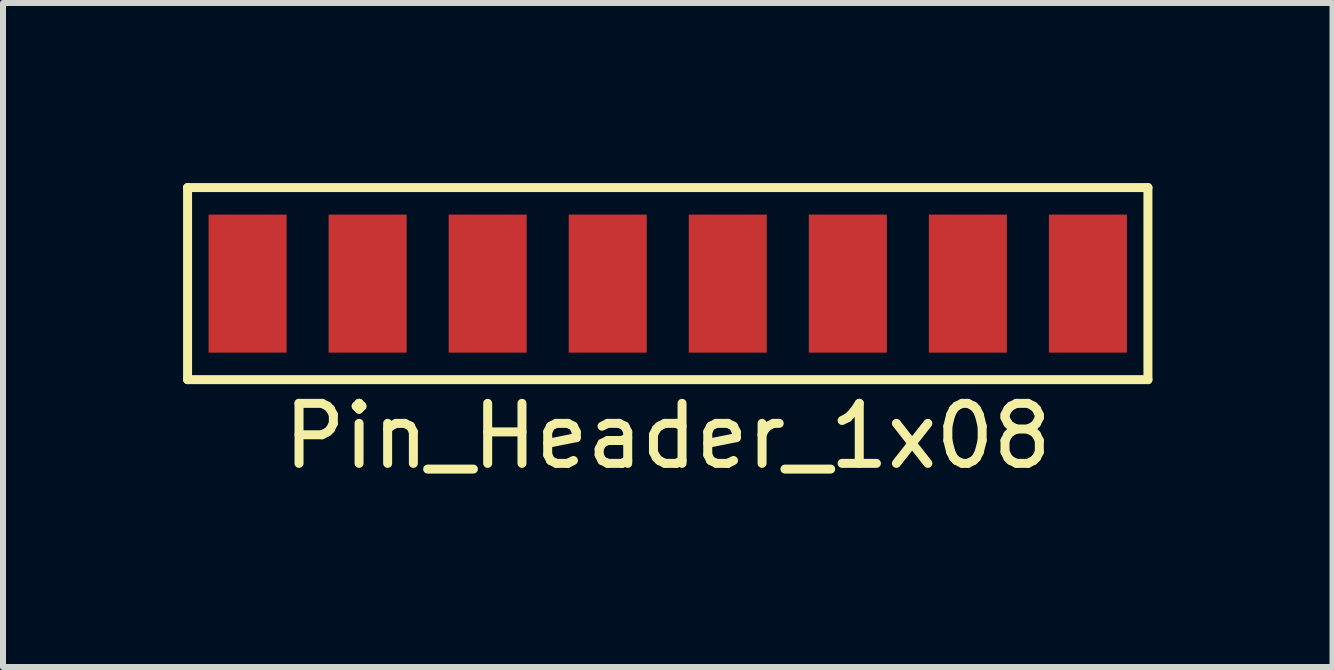
<source format=kicad_pcb>
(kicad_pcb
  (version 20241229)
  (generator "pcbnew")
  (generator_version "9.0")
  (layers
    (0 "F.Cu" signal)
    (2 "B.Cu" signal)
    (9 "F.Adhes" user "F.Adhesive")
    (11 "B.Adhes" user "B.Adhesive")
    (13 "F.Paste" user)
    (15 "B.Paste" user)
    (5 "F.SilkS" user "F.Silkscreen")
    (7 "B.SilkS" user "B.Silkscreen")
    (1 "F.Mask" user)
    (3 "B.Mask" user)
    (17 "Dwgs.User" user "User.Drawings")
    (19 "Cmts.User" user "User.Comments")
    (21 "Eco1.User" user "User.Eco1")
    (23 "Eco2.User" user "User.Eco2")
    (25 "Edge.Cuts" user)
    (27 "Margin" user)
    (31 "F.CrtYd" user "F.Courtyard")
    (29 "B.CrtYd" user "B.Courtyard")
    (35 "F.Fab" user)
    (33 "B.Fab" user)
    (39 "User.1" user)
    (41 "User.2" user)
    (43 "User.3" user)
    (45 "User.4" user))
  (footprint "Pin_Header_1x08"
    (layer "F.Cu")
    (at 8.075 1.675)
    (property "Reference" "Pin_Header_1x08" (at 0 2.54 0) (layer "F.SilkS") (effects (font (size 1 1) (thickness 0.15))))
    (attr through_hole)
    (fp_line (start -8 -1.6) (end -8 1.6) (stroke (width 0.15) (type solid)) (layer "F.SilkS"))
    (fp_line (start -8 -1.6) (end 8 -1.6) (stroke (width 0.15) (type solid)) (layer "F.SilkS"))
    (fp_line (start -8 1.6) (end 8 1.6) (stroke (width 0.15) (type solid)) (layer "F.SilkS"))
    (fp_line (start 8 -1.6) (end 8 1.6) (stroke (width 0.15) (type solid)) (layer "F.SilkS"))
    (pad "1" smd rect (at -7 0) (size 1.3 2.3) (layers "F.Cu" "F.Mask" "F.Paste"))
    (pad "2" smd rect (at -5 0) (size 1.3 2.3) (layers "F.Cu" "F.Mask" "F.Paste"))
    (pad "3" smd rect (at -3 0) (size 1.3 2.3) (layers "F.Cu" "F.Mask" "F.Paste"))
    (pad "4" smd rect (at -1 0) (size 1.3 2.3) (layers "F.Cu" "F.Mask" "F.Paste"))
    (pad "5" smd rect (at 1 0) (size 1.3 2.3) (layers "F.Cu" "F.Mask" "F.Paste"))
    (pad "6" smd rect (at 3 0) (size 1.3 2.3) (layers "F.Cu" "F.Mask" "F.Paste"))
    (pad "7" smd rect (at 5 0) (size 1.3 2.3) (layers "F.Cu" "F.Mask" "F.Paste"))
    (pad "8" smd rect (at 7 0) (size 1.3 2.3) (layers "F.Cu" "F.Mask" "F.Paste")))
  (gr_rect
    (start -3 -3)
    (end 19.15 8.063)
    (stroke (width 0.1) (type default))
    (fill no)
    (layer "Edge.Cuts")))
</source>
